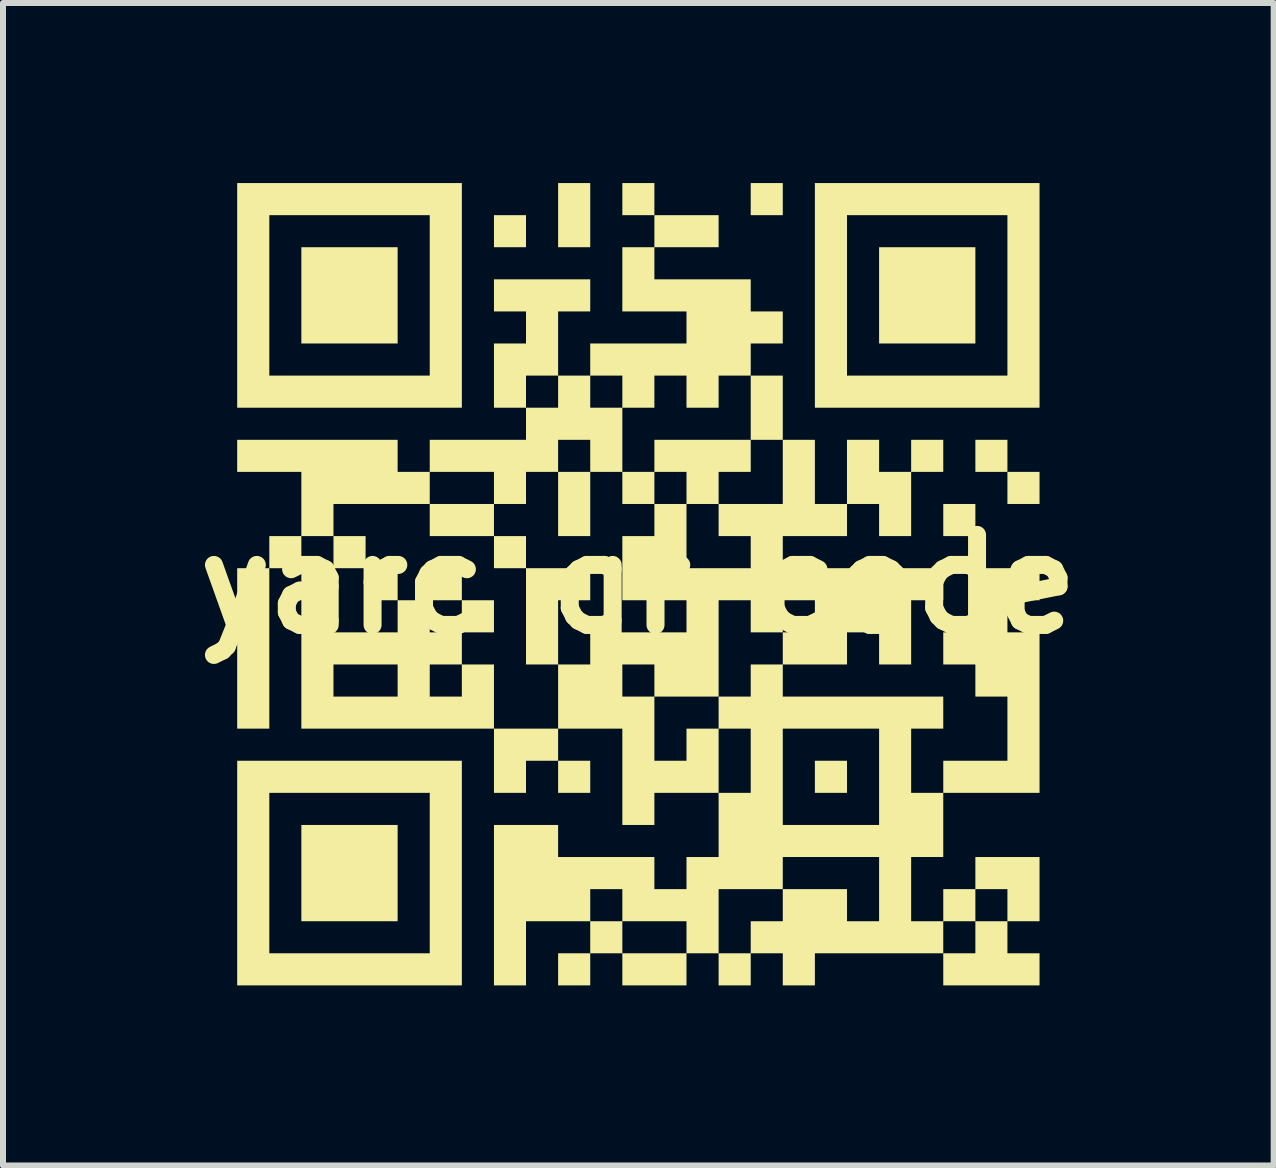
<source format=kicad_pcb>
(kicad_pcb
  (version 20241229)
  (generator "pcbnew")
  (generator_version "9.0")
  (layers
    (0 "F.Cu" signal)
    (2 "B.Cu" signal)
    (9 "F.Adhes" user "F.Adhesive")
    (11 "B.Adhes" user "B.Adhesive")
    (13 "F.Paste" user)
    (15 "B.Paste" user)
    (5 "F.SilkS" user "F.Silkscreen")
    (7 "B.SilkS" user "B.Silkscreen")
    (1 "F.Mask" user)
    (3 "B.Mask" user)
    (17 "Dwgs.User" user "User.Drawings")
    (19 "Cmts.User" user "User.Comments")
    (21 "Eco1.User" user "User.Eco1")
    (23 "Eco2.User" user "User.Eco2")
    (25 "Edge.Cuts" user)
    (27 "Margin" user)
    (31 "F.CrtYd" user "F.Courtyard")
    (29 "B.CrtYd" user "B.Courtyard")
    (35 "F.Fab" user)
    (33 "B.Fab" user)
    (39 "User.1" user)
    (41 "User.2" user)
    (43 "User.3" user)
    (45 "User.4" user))
  (footprint "yarc qr code"
    (layer "F.Cu")
    (at 7.586 6.684)
    (property "Reference" "yarc qr code" (at 0 0 0) (layer "F.SilkS") (effects (font (size 1.5 1.5) (thickness 0.3))))
    (attr board_only exclude_from_pos_files exclude_from_bom)
    (fp_poly (pts (xy -4.545 -0.535) (xy -4.545 -0.267) (xy -4.813 -0.267) (xy -5.08 -0.267) (xy -5.08 -0.535) (xy -5.08 -0.802) (xy -4.813 -0.802) (xy -4.545 -0.802)) (stroke (width 0) (type solid)) (fill yes) (layer "F.SilkS"))
    (fp_poly (pts (xy -4.011 -4.813) (xy -4.011 -4.011) (xy -4.813 -4.011) (xy -5.615 -4.011) (xy -5.615 -4.813) (xy -5.615 -5.615) (xy -4.813 -5.615) (xy -4.011 -5.615)) (stroke (width 0) (type solid)) (fill yes) (layer "F.SilkS"))
    (fp_poly (pts (xy -4.011 0) (xy -4.011 0.267) (xy -4.278 0.267) (xy -4.545 0.267) (xy -4.545 0) (xy -4.545 -0.267) (xy -4.278 -0.267) (xy -4.011 -0.267)) (stroke (width 0) (type solid)) (fill yes) (layer "F.SilkS"))
    (fp_poly (pts (xy -4.011 4.813) (xy -4.011 5.615) (xy -4.813 5.615) (xy -5.615 5.615) (xy -5.615 4.813) (xy -5.615 4.011) (xy -4.813 4.011) (xy -4.011 4.011)) (stroke (width 0) (type solid)) (fill yes) (layer "F.SilkS"))
    (fp_poly (pts (xy -2.941 0) (xy -2.941 0.267) (xy -3.208 0.267) (xy -3.476 0.267) (xy -3.476 0) (xy -3.476 -0.267) (xy -3.208 -0.267) (xy -2.941 -0.267)) (stroke (width 0) (type solid)) (fill yes) (layer "F.SilkS"))
    (fp_poly (pts (xy -2.406 -1.069) (xy -2.406 -0.802) (xy -2.941 -0.802) (xy -3.476 -0.802) (xy -3.476 -1.069) (xy -3.476 -1.337) (xy -2.941 -1.337) (xy -2.406 -1.337)) (stroke (width 0) (type solid)) (fill yes) (layer "F.SilkS"))
    (fp_poly (pts (xy -2.406 0.535) (xy -2.406 0.802) (xy -2.674 0.802) (xy -2.941 0.802) (xy -2.941 0.535) (xy -2.941 0.267) (xy -2.674 0.267) (xy -2.406 0.267)) (stroke (width 0) (type solid)) (fill yes) (layer "F.SilkS"))
    (fp_poly (pts (xy -1.872 -5.882) (xy -1.872 -5.615) (xy -2.139 -5.615) (xy -2.406 -5.615) (xy -2.406 -5.882) (xy -2.406 -6.149) (xy -2.139 -6.149) (xy -1.872 -6.149)) (stroke (width 0) (type solid)) (fill yes) (layer "F.SilkS"))
    (fp_poly (pts (xy -1.872 -0.535) (xy -1.872 -0.267) (xy -2.139 -0.267) (xy -2.406 -0.267) (xy -2.406 -0.535) (xy -2.406 -0.802) (xy -2.139 -0.802) (xy -1.872 -0.802)) (stroke (width 0) (type solid)) (fill yes) (layer "F.SilkS"))
    (fp_poly (pts (xy -0.802 -6.149) (xy -0.802 -5.615) (xy -1.069 -5.615) (xy -1.337 -5.615) (xy -1.337 -6.149) (xy -1.337 -6.684) (xy -1.069 -6.684) (xy -0.802 -6.684)) (stroke (width 0) (type solid)) (fill yes) (layer "F.SilkS"))
    (fp_poly (pts (xy -0.802 -1.337) (xy -0.802 -0.802) (xy -1.069 -0.802) (xy -1.337 -0.802) (xy -1.337 -1.337) (xy -1.337 -1.872) (xy -1.069 -1.872) (xy -0.802 -1.872)) (stroke (width 0) (type solid)) (fill yes) (layer "F.SilkS"))
    (fp_poly (pts (xy -0.802 3.208) (xy -0.802 3.476) (xy -1.069 3.476) (xy -1.337 3.476) (xy -1.337 3.208) (xy -1.337 2.941) (xy -1.069 2.941) (xy -0.802 2.941)) (stroke (width 0) (type solid)) (fill yes) (layer "F.SilkS"))
    (fp_poly (pts (xy 0.267 -6.417) (xy 0.267 -6.149) (xy 0 -6.149) (xy -0.267 -6.149) (xy -0.267 -6.417) (xy -0.267 -6.684) (xy 0 -6.684) (xy 0.267 -6.684)) (stroke (width 0) (type solid)) (fill yes) (layer "F.SilkS"))
    (fp_poly (pts (xy 2.406 -6.417) (xy 2.406 -6.149) (xy 2.139 -6.149) (xy 1.872 -6.149) (xy 1.872 -6.417) (xy 1.872 -6.684) (xy 2.139 -6.684) (xy 2.406 -6.684)) (stroke (width 0) (type solid)) (fill yes) (layer "F.SilkS"))
    (fp_poly (pts (xy 2.406 -2.941) (xy 2.406 -2.406) (xy 2.139 -2.406) (xy 1.872 -2.406) (xy 1.872 -2.941) (xy 1.872 -3.476) (xy 2.139 -3.476) (xy 2.406 -3.476)) (stroke (width 0) (type solid)) (fill yes) (layer "F.SilkS"))
    (fp_poly (pts (xy 3.476 3.208) (xy 3.476 3.476) (xy 3.208 3.476) (xy 2.941 3.476) (xy 2.941 3.208) (xy 2.941 2.941) (xy 3.208 2.941) (xy 3.476 2.941)) (stroke (width 0) (type solid)) (fill yes) (layer "F.SilkS"))
    (fp_poly (pts (xy 5.615 -4.813) (xy 5.615 -4.011) (xy 4.813 -4.011) (xy 4.011 -4.011) (xy 4.011 -4.813) (xy 4.011 -5.615) (xy 4.813 -5.615) (xy 5.615 -5.615)) (stroke (width 0) (type solid)) (fill yes) (layer "F.SilkS"))
    (fp_poly (pts (xy 5.615 -1.069) (xy 5.615 -0.802) (xy 5.347 -0.802) (xy 5.08 -0.802) (xy 5.08 -1.069) (xy 5.08 -1.337) (xy 5.347 -1.337) (xy 5.615 -1.337)) (stroke (width 0) (type solid)) (fill yes) (layer "F.SilkS"))
    (fp_poly (pts (xy 6.149 -2.139) (xy 6.149 -1.872) (xy 5.882 -1.872) (xy 5.615 -1.872) (xy 5.615 -2.139) (xy 5.615 -2.406) (xy 5.882 -2.406) (xy 6.149 -2.406)) (stroke (width 0) (type solid)) (fill yes) (layer "F.SilkS"))
    (fp_poly (pts (xy 6.684 -1.604) (xy 6.684 -1.337) (xy 6.417 -1.337) (xy 6.149 -1.337) (xy 6.149 -1.604) (xy 6.149 -1.872) (xy 6.417 -1.872) (xy 6.684 -1.872)) (stroke (width 0) (type solid)) (fill yes) (layer "F.SilkS"))
    (fp_poly (pts (xy -0.802 0) (xy -0.802 0.267) (xy -1.069 0.267) (xy -1.337 0.267) (xy -1.337 0.802) (xy -1.337 1.337) (xy -1.604 1.337) (xy -1.872 1.337) (xy -1.872 0.535) (xy -1.872 -0.267) (xy -1.337 -0.267) (xy -0.802 -0.267)) (stroke (width 0) (type solid)) (fill yes) (layer "F.SilkS"))
    (fp_poly (pts (xy -2.941 -4.813) (xy -2.941 -2.941) (xy -4.813 -2.941) (xy -6.684 -2.941) (xy -6.684 -4.813) (xy -6.684 -6.149) (xy -6.149 -6.149) (xy -6.149 -4.813) (xy -6.149 -3.476) (xy -4.813 -3.476) (xy -3.476 -3.476) (xy -3.476 -4.813) (xy -3.476 -6.149) (xy -4.813 -6.149) (xy -6.149 -6.149) (xy -6.684 -6.149) (xy -6.684 -6.684) (xy -4.813 -6.684) (xy -2.941 -6.684)) (stroke (width 0) (type solid)) (fill yes) (layer "F.SilkS"))
    (fp_poly (pts (xy -2.941 4.813) (xy -2.941 6.684) (xy -4.813 6.684) (xy -6.684 6.684) (xy -6.684 4.813) (xy -6.684 3.476) (xy -6.149 3.476) (xy -6.149 4.813) (xy -6.149 6.149) (xy -4.813 6.149) (xy -3.476 6.149) (xy -3.476 4.813) (xy -3.476 3.476) (xy -4.813 3.476) (xy -6.149 3.476) (xy -6.684 3.476) (xy -6.684 2.941) (xy -4.813 2.941) (xy -2.941 2.941)) (stroke (width 0) (type solid)) (fill yes) (layer "F.SilkS"))
    (fp_poly (pts (xy 6.684 -4.813) (xy 6.684 -2.941) (xy 4.813 -2.941) (xy 2.941 -2.941) (xy 2.941 -4.813) (xy 2.941 -6.149) (xy 3.476 -6.149) (xy 3.476 -4.813) (xy 3.476 -3.476) (xy 4.813 -3.476) (xy 6.149 -3.476) (xy 6.149 -4.813) (xy 6.149 -6.149) (xy 4.813 -6.149) (xy 3.476 -6.149) (xy 2.941 -6.149) (xy 2.941 -6.684) (xy 4.813 -6.684) (xy 6.684 -6.684)) (stroke (width 0) (type solid)) (fill yes) (layer "F.SilkS"))
    (fp_poly (pts (xy 1.872 -2.139) (xy 1.872 -1.872) (xy 1.604 -1.872) (xy 1.337 -1.872) (xy 1.337 -1.604) (xy 1.337 -1.337) (xy 1.069 -1.337) (xy 0.802 -1.337) (xy 0.802 -1.604) (xy 0.802 -1.872) (xy 0.535 -1.872) (xy 0.267 -1.872) (xy 0.267 -1.604) (xy 0.267 -1.337) (xy 0 -1.337) (xy -0.267 -1.337) (xy -0.267 -1.604) (xy -0.267 -1.872) (xy 0 -1.872) (xy 0.267 -1.872) (xy 0.267 -2.139) (xy 0.267 -2.406) (xy 1.069 -2.406) (xy 1.872 -2.406)) (stroke (width 0) (type solid)) (fill yes) (layer "F.SilkS"))
    (fp_poly (pts (xy 1.337 -5.882) (xy 1.337 -5.615) (xy 0.802 -5.615) (xy 0.267 -5.615) (xy 0.267 -5.347) (xy 0.267 -5.08) (xy 1.069 -5.08) (xy 1.872 -5.08) (xy 1.872 -4.813) (xy 1.872 -4.545) (xy 2.139 -4.545) (xy 2.406 -4.545) (xy 2.406 -4.278) (xy 2.406 -4.011) (xy 2.139 -4.011) (xy 1.872 -4.011) (xy 1.872 -3.743) (xy 1.872 -3.476) (xy 1.604 -3.476) (xy 1.337 -3.476) (xy 1.337 -3.208) (xy 1.337 -2.941) (xy 1.069 -2.941) (xy 0.802 -2.941) (xy 0.802 -3.208) (xy 0.802 -3.476) (xy 0.535 -3.476) (xy 0.267 -3.476) (xy 0.267 -3.208) (xy 0.267 -2.941) (xy 0 -2.941) (xy -0.267 -2.941) (xy -0.267 -3.208) (xy -0.267 -3.476) (xy -0.535 -3.476) (xy -0.802 -3.476) (xy -0.802 -3.208) (xy -0.802 -2.941) (xy -0.535 -2.941) (xy -0.267 -2.941) (xy -0.267 -2.406) (xy -0.267 -1.872) (xy -0.535 -1.872) (xy -0.802 -1.872) (xy -0.802 -2.139) (xy -0.802 -2.406) (xy -1.069 -2.406) (xy -1.337 -2.406) (xy -1.337 -2.139) (xy -1.337 -1.872) (xy -1.604 -1.872) (xy -1.872 -1.872) (xy -1.872 -1.604) (xy -1.872 -1.337) (xy -2.139 -1.337) (xy -2.406 -1.337) (xy -2.406 -1.604) (xy -2.406 -1.872) (xy -2.941 -1.872) (xy -3.476 -1.872) (xy -3.476 -1.604) (xy -3.476 -1.337) (xy -4.278 -1.337) (xy -5.08 -1.337) (xy -5.08 -1.069) (xy -5.08 -0.802) (xy -5.347 -0.802) (xy -5.615 -0.802) (xy -5.615 -0.535) (xy -5.615 -0.267) (xy -5.882 -0.267) (xy -6.149 -0.267) (xy -6.149 1.069) (xy -6.149 2.406) (xy -6.417 2.406) (xy -6.684 2.406) (xy -6.684 1.069) (xy -6.684 -0.267) (xy -6.417 -0.267) (xy -6.149 -0.267) (xy -6.149 -0.535) (xy -6.149 -0.802) (xy -5.882 -0.802) (xy -5.615 -0.802) (xy -5.615 -1.337) (xy -5.615 -1.872) (xy -6.149 -1.872) (xy -6.684 -1.872) (xy -6.684 -2.139) (xy -6.684 -2.406) (xy -5.347 -2.406) (xy -4.011 -2.406) (xy -4.011 -2.139) (xy -4.011 -1.872) (xy -3.743 -1.872) (xy -3.476 -1.872) (xy -3.476 -2.139) (xy -3.476 -2.406) (xy -2.674 -2.406) (xy -1.872 -2.406) (xy -1.872 -2.674) (xy -1.872 -2.941) (xy -2.139 -2.941) (xy -2.406 -2.941) (xy -2.406 -3.476) (xy -1.872 -3.476) (xy -1.872 -3.208) (xy -1.872 -2.941) (xy -1.604 -2.941) (xy -1.337 -2.941) (xy -1.337 -3.208) (xy -1.337 -3.476) (xy -1.604 -3.476) (xy -1.872 -3.476) (xy -2.406 -3.476) (xy -2.406 -4.011) (xy -2.139 -4.011) (xy -1.872 -4.011) (xy -1.872 -4.278) (xy -1.872 -4.545) (xy -2.139 -4.545) (xy -2.406 -4.545) (xy -2.406 -4.813) (xy -2.406 -5.08) (xy -1.604 -5.08) (xy -0.802 -5.08) (xy -0.802 -4.813) (xy -0.802 -4.545) (xy -1.069 -4.545) (xy -1.337 -4.545) (xy -1.337 -4.011) (xy -1.337 -3.476) (xy -1.069 -3.476) (xy -0.802 -3.476) (xy -0.802 -3.743) (xy -0.802 -4.011) (xy 0 -4.011) (xy 0.802 -4.011) (xy 0.802 -4.278) (xy 0.802 -4.545) (xy 0.267 -4.545) (xy -0.267 -4.545) (xy -0.267 -5.08) (xy -0.267 -5.615) (xy 0 -5.615) (xy 0.267 -5.615) (xy 0.267 -5.882) (xy 0.267 -6.149) (xy 0.802 -6.149) (xy 1.337 -6.149)) (stroke (width 0) (type solid)) (fill yes) (layer "F.SilkS"))
    (fp_poly (pts (xy 2.941 -1.872) (xy 2.941 -1.337) (xy 3.208 -1.337) (xy 3.476 -1.337) (xy 3.476 -1.872) (xy 3.476 -2.406) (xy 3.743 -2.406) (xy 4.011 -2.406) (xy 4.011 -2.139) (xy 4.011 -1.872) (xy 4.278 -1.872) (xy 4.545 -1.872) (xy 4.545 -2.139) (xy 4.545 -2.406) (xy 4.813 -2.406) (xy 5.08 -2.406) (xy 5.08 -2.139) (xy 5.08 -1.872) (xy 4.813 -1.872) (xy 4.545 -1.872) (xy 4.545 -1.337) (xy 4.545 -0.802) (xy 4.278 -0.802) (xy 4.011 -0.802) (xy 4.011 -1.069) (xy 4.011 -1.337) (xy 3.743 -1.337) (xy 3.476 -1.337) (xy 3.476 -1.069) (xy 3.476 -0.802) (xy 2.941 -0.802) (xy 2.406 -0.802) (xy 2.406 -0.535) (xy 2.406 -0.267) (xy 3.743 -0.267) (xy 5.08 -0.267) (xy 5.08 0) (xy 5.08 0.267) (xy 4.813 0.267) (xy 4.545 0.267) (xy 4.545 0.802) (xy 4.545 1.337) (xy 4.278 1.337) (xy 4.011 1.337) (xy 4.011 1.069) (xy 4.011 0.802) (xy 3.743 0.802) (xy 3.476 0.802) (xy 3.476 1.069) (xy 3.476 1.337) (xy 2.941 1.337) (xy 2.406 1.337) (xy 2.406 1.604) (xy 2.406 1.872) (xy 3.743 1.872) (xy 5.08 1.872) (xy 5.08 2.139) (xy 5.08 2.406) (xy 4.813 2.406) (xy 4.545 2.406) (xy 4.545 2.941) (xy 4.545 3.476) (xy 4.813 3.476) (xy 5.08 3.476) (xy 5.08 3.208) (xy 5.08 2.941) (xy 5.615 2.941) (xy 6.149 2.941) (xy 6.149 2.406) (xy 6.149 1.872) (xy 5.882 1.872) (xy 5.615 1.872) (xy 5.615 1.604) (xy 5.615 1.337) (xy 5.347 1.337) (xy 5.08 1.337) (xy 5.08 1.069) (xy 5.08 0.802) (xy 5.347 0.802) (xy 5.615 0.802) (xy 5.615 0.267) (xy 5.615 -0.267) (xy 6.149 -0.267) (xy 6.684 -0.267) (xy 6.684 0) (xy 6.684 0.267) (xy 6.417 0.267) (xy 6.149 0.267) (xy 6.149 0.535) (xy 6.149 0.802) (xy 6.417 0.802) (xy 6.684 0.802) (xy 6.684 2.139) (xy 6.684 3.476) (xy 5.882 3.476) (xy 5.08 3.476) (xy 5.08 4.011) (xy 5.08 4.545) (xy 4.813 4.545) (xy 4.545 4.545) (xy 4.545 5.08) (xy 4.545 5.615) (xy 4.813 5.615) (xy 5.08 5.615) (xy 5.08 5.347) (xy 5.08 5.08) (xy 5.347 5.08) (xy 5.615 5.08) (xy 5.615 4.813) (xy 5.615 4.545) (xy 6.149 4.545) (xy 6.684 4.545) (xy 6.684 5.08) (xy 6.684 5.615) (xy 6.417 5.615) (xy 6.149 5.615) (xy 6.149 5.882) (xy 6.149 6.149) (xy 6.417 6.149) (xy 6.684 6.149) (xy 6.684 6.417) (xy 6.684 6.684) (xy 5.882 6.684) (xy 5.08 6.684) (xy 5.08 6.417) (xy 5.08 6.149) (xy 5.347 6.149) (xy 5.615 6.149) (xy 5.615 5.882) (xy 5.615 5.615) (xy 5.882 5.615) (xy 6.149 5.615) (xy 6.149 5.347) (xy 6.149 5.08) (xy 5.882 5.08) (xy 5.615 5.08) (xy 5.615 5.347) (xy 5.615 5.615) (xy 5.347 5.615) (xy 5.08 5.615) (xy 5.08 5.882) (xy 5.08 6.149) (xy 4.011 6.149) (xy 2.941 6.149) (xy 2.941 6.417) (xy 2.941 6.684) (xy 2.674 6.684) (xy 2.406 6.684) (xy 2.406 6.417) (xy 2.406 6.149) (xy 2.139 6.149) (xy 1.872 6.149) (xy 1.872 6.417) (xy 1.872 6.684) (xy 1.604 6.684) (xy 1.337 6.684) (xy 1.337 6.417) (xy 1.337 6.149) (xy 1.604 6.149) (xy 1.872 6.149) (xy 1.872 5.882) (xy 1.872 5.615) (xy 2.139 5.615) (xy 2.406 5.615) (xy 2.406 5.347) (xy 2.406 5.08) (xy 2.941 5.08) (xy 3.476 5.08) (xy 3.476 5.347) (xy 3.476 5.615) (xy 3.743 5.615) (xy 4.011 5.615) (xy 4.011 5.08) (xy 4.011 4.545) (xy 3.208 4.545) (xy 2.406 4.545) (xy 2.406 4.813) (xy 2.406 5.08) (xy 1.872 5.08) (xy 1.337 5.08) (xy 1.337 5.615) (xy 1.337 6.149) (xy 1.069 6.149) (xy 0.802 6.149) (xy 0.802 6.417) (xy 0.802 6.684) (xy 0.267 6.684) (xy -0.267 6.684) (xy -0.267 6.417) (xy -0.267 6.149) (xy -0.535 6.149) (xy -0.802 6.149) (xy -0.802 6.417) (xy -0.802 6.684) (xy -1.069 6.684) (xy -1.337 6.684) (xy -1.337 6.417) (xy -1.337 6.149) (xy -1.069 6.149) (xy -0.802 6.149) (xy -0.802 5.882) (xy -0.802 5.615) (xy -1.337 5.615) (xy -1.872 5.615) (xy -1.872 6.149) (xy -1.872 6.684) (xy -2.139 6.684) (xy -2.406 6.684) (xy -2.406 5.347) (xy -2.406 5.08) (xy -0.802 5.08) (xy -0.802 5.347) (xy -0.802 5.615) (xy -0.535 5.615) (xy -0.267 5.615) (xy -0.267 5.882) (xy -0.267 6.149) (xy 0.267 6.149) (xy 0.802 6.149) (xy 0.802 5.882) (xy 0.802 5.615) (xy 0.267 5.615) (xy -0.267 5.615) (xy -0.267 5.347) (xy -0.267 5.08) (xy -0.535 5.08) (xy -0.802 5.08) (xy -2.406 5.08) (xy -2.406 4.011) (xy -1.872 4.011) (xy -1.337 4.011) (xy -1.337 4.278) (xy -1.337 4.545) (xy -0.535 4.545) (xy 0.267 4.545) (xy 0.267 4.813) (xy 0.267 5.08) (xy 0.535 5.08) (xy 0.802 5.08) (xy 0.802 4.813) (xy 0.802 4.545) (xy 1.069 4.545) (xy 1.337 4.545) (xy 1.337 4.011) (xy 1.337 3.476) (xy 0.802 3.476) (xy 0.267 3.476) (xy 0.267 3.743) (xy 0.267 4.011) (xy 0 4.011) (xy -0.267 4.011) (xy -0.267 3.208) (xy -0.267 2.406) (xy -0.802 2.406) (xy -1.337 2.406) (xy -1.337 2.674) (xy -1.337 2.941) (xy -1.604 2.941) (xy -1.872 2.941) (xy -1.872 3.208) (xy -1.872 3.476) (xy -2.139 3.476) (xy -2.406 3.476) (xy -2.406 2.941) (xy -2.406 2.406) (xy -4.011 2.406) (xy -5.615 2.406) (xy -5.615 1.337) (xy -5.08 1.337) (xy -5.08 1.604) (xy -5.08 1.872) (xy -4.545 1.872) (xy -4.011 1.872) (xy -4.011 1.604) (xy -4.011 1.337) (xy -4.545 1.337) (xy -5.08 1.337) (xy -5.615 1.337) (xy -5.615 1.069) (xy -5.615 -0.267) (xy -5.347 -0.267) (xy -5.08 -0.267) (xy -5.08 0.267) (xy -5.08 0.802) (xy -4.545 0.802) (xy -4.011 0.802) (xy -4.011 0.535) (xy -4.011 0.267) (xy -3.743 0.267) (xy -3.476 0.267) (xy -3.476 0.535) (xy -3.476 0.802) (xy -3.208 0.802) (xy -2.941 0.802) (xy -2.941 1.069) (xy -2.941 1.337) (xy -3.208 1.337) (xy -3.476 1.337) (xy -3.476 1.604) (xy -3.476 1.872) (xy -3.208 1.872) (xy -2.941 1.872) (xy -2.941 1.604) (xy -2.941 1.337) (xy -2.674 1.337) (xy -2.406 1.337) (xy -2.406 1.872) (xy -2.406 2.406) (xy -1.872 2.406) (xy -1.337 2.406) (xy -1.337 1.872) (xy -0.267 1.872) (xy 0 1.872) (xy 0.267 1.872) (xy 0.267 2.406) (xy 0.267 2.941) (xy 0.535 2.941) (xy 0.802 2.941) (xy 0.802 2.674) (xy 0.802 2.406) (xy 1.069 2.406) (xy 1.337 2.406) (xy 1.337 2.941) (xy 1.337 3.476) (xy 1.604 3.476) (xy 1.872 3.476) (xy 1.872 2.941) (xy 1.872 2.406) (xy 2.406 2.406) (xy 2.406 3.208) (xy 2.406 4.011) (xy 3.208 4.011) (xy 4.011 4.011) (xy 4.011 3.208) (xy 4.011 2.406) (xy 3.208 2.406) (xy 2.406 2.406) (xy 1.872 2.406) (xy 1.604 2.406) (xy 1.337 2.406) (xy 1.337 2.139) (xy 1.337 1.872) (xy 1.604 1.872) (xy 1.872 1.872) (xy 1.872 1.604) (xy 1.872 1.337) (xy 2.139 1.337) (xy 2.406 1.337) (xy 2.406 1.069) (xy 2.406 0.802) (xy 2.674 0.802) (xy 2.941 0.802) (xy 2.941 0.535) (xy 2.941 0.267) (xy 2.674 0.267) (xy 2.406 0.267) (xy 2.406 0.535) (xy 2.406 0.802) (xy 2.139 0.802) (xy 1.872 0.802) (xy 1.872 0.535) (xy 1.872 0.267) (xy 1.604 0.267) (xy 1.337 0.267) (xy 1.337 1.069) (xy 1.337 1.872) (xy 0.802 1.872) (xy 0.267 1.872) (xy 0.267 1.604) (xy 0.267 1.337) (xy 0 1.337) (xy -0.267 1.337) (xy -0.267 1.604) (xy -0.267 1.872) (xy -1.337 1.872) (xy -1.337 1.337) (xy -1.069 1.337) (xy -0.802 1.337) (xy -0.802 1.069) (xy -0.802 0.802) (xy 0 0.802) (xy 0.802 0.802) (xy 0.802 0.535) (xy 0.802 0.267) (xy 0.267 0.267) (xy -0.267 0.267) (xy -0.267 -0.267) (xy -0.267 -0.802) (xy 0 -0.802) (xy 0.267 -0.802) (xy 0.267 -1.069) (xy 0.267 -1.337) (xy 0.535 -1.337) (xy 0.802 -1.337) (xy 0.802 -0.802) (xy 0.802 -0.267) (xy 1.337 -0.267) (xy 1.872 -0.267) (xy 1.872 -0.535) (xy 1.872 -0.802) (xy 1.604 -0.802) (xy 1.337 -0.802) (xy 1.337 -1.069) (xy 1.337 -1.337) (xy 1.872 -1.337) (xy 2.406 -1.337) (xy 2.406 -1.872) (xy 2.406 -2.406) (xy 2.674 -2.406) (xy 2.941 -2.406)) (stroke (width 0) (type solid)) (fill yes) (layer "F.SilkS")))
  (gr_rect
    (start -3 -3)
    (end 18.171 16.368)
    (stroke (width 0.1) (type default))
    (fill no)
    (layer "Edge.Cuts")))
</source>
